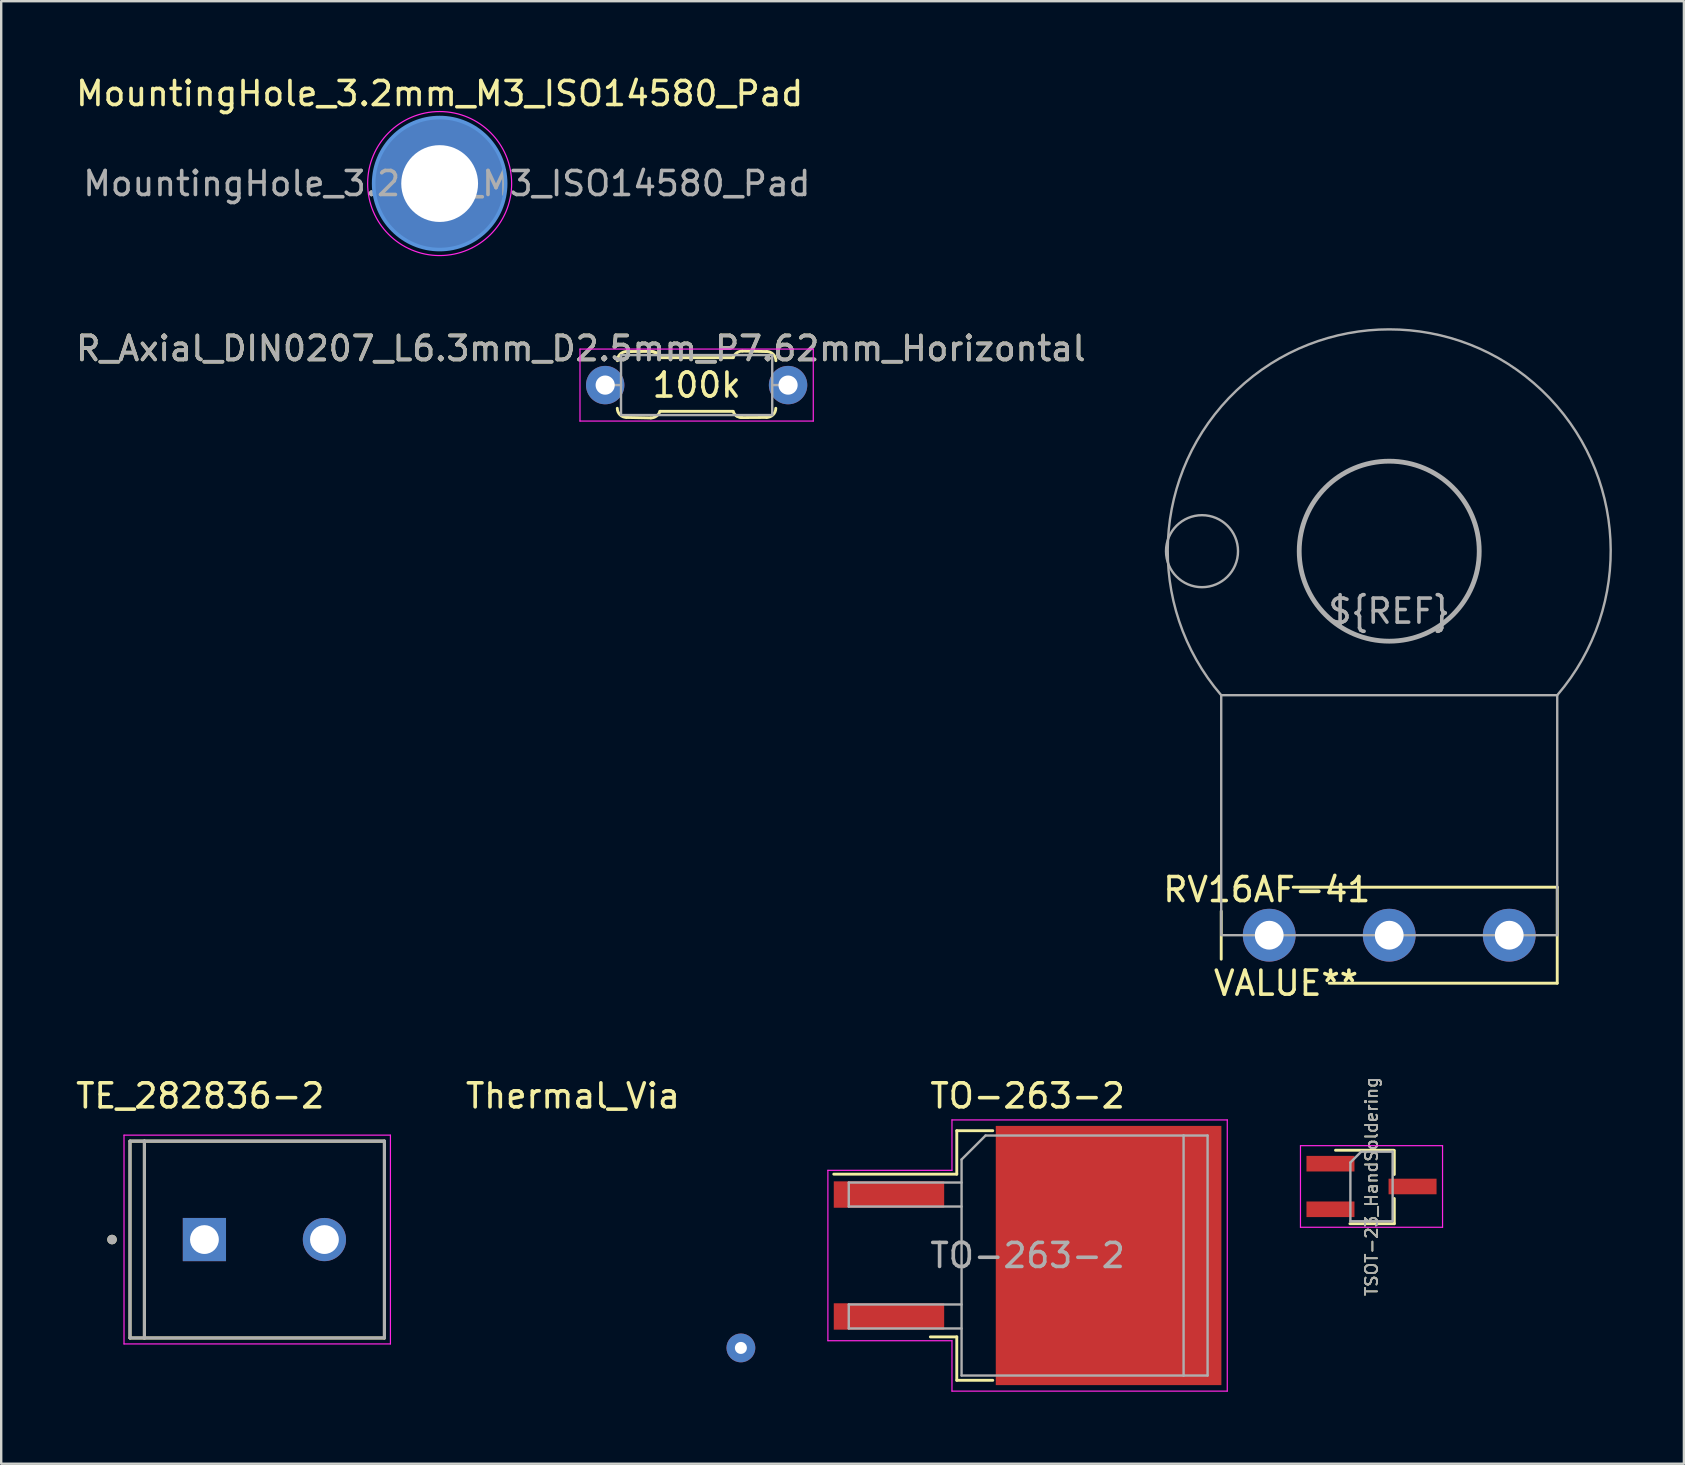
<source format=kicad_pcb>
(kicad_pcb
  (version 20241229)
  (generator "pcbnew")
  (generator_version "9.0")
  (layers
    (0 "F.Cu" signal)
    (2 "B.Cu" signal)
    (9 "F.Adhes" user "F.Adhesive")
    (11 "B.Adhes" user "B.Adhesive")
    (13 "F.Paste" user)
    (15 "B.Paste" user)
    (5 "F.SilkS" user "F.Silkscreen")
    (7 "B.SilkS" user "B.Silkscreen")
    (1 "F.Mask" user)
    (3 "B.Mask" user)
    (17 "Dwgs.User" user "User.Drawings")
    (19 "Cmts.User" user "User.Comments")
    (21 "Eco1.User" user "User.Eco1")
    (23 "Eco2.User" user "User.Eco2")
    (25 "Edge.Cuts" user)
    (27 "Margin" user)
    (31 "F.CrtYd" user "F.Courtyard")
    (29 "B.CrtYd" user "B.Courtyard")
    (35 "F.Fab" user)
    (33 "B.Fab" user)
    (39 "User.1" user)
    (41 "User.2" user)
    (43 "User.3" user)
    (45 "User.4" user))
  (footprint "TSOT-23_HandSoldering"
    (layer "F.Cu")
    (at 54.094 46.385)
    (property "Reference" "TSOT-23_HandSoldering" (at 0 0 90) (layer "F.SilkS") (effects (font (size 0.5 0.5) (thickness 0.075))))
    (attr smd)
    (fp_line (start 0.93 -1.51) (end -1.5 -1.51) (stroke (width 0.12) (type solid)) (layer "F.SilkS"))
    (fp_line (start 0.95 -1.5) (end 0.95 -0.5) (stroke (width 0.12) (type solid)) (layer "F.SilkS"))
    (fp_line (start 0.95 0.5) (end 0.95 1.55) (stroke (width 0.12) (type solid)) (layer "F.SilkS"))
    (fp_line (start 0.95 1.55) (end -0.9 1.55) (stroke (width 0.12) (type solid)) (layer "F.SilkS"))
    (fp_line (start -2.96 -1.7) (end -2.96 1.7) (stroke (width 0.05) (type solid)) (layer "F.CrtYd"))
    (fp_line (start -2.96 -1.7) (end 2.96 -1.7) (stroke (width 0.05) (type solid)) (layer "F.CrtYd"))
    (fp_line (start 2.96 1.7) (end -2.96 1.7) (stroke (width 0.05) (type solid)) (layer "F.CrtYd"))
    (fp_line (start 2.96 1.7) (end 2.96 -1.7) (stroke (width 0.05) (type solid)) (layer "F.CrtYd"))
    (fp_line (start -0.88 -1) (end -0.88 1.45) (stroke (width 0.1) (type solid)) (layer "F.Fab"))
    (fp_line (start -0.88 -1) (end -0.43 -1.45) (stroke (width 0.1) (type solid)) (layer "F.Fab"))
    (fp_line (start 0.88 -1.45) (end -0.43 -1.45) (stroke (width 0.1) (type solid)) (layer "F.Fab"))
    (fp_line (start 0.88 -1.45) (end 0.88 1.45) (stroke (width 0.1) (type solid)) (layer "F.Fab"))
    (fp_line (start 0.88 1.45) (end -0.88 1.45) (stroke (width 0.1) (type solid)) (layer "F.Fab"))
    (fp_text user "${REFERENCE}" (at 0 0 90) (layer "F.Fab") (effects (font (size 0.5 0.5) (thickness 0.075))))
    (pad "1" smd rect (at -1.71 -0.95) (size 2 0.65) (layers "F.Cu" "F.Mask" "F.Paste"))
    (pad "2" smd rect (at -1.71 0.95) (size 2 0.65) (layers "F.Cu" "F.Mask" "F.Paste"))
    (pad "3" smd rect (at 1.71 0) (size 2 0.65) (layers "F.Cu" "F.Mask" "F.Paste")))
  (footprint "MountingHole_3.2mm_M3_ISO14580_Pad"
    (layer "F.Cu")
    (at 15.268 4.598)
    (property "Reference" "MountingHole_3.2mm_M3_ISO14580_Pad" (at 0 -3.75 0) (layer "F.SilkS") (effects (font (size 1 1) (thickness 0.15))))
    (attr exclude_from_pos_files exclude_from_bom)
    (fp_circle (center 0 0) (end 2.75 0) (stroke (width 0.15) (type solid)) (fill no) (layer "Cmts.User"))
    (fp_circle (center 0 0) (end 3 0) (stroke (width 0.05) (type solid)) (fill no) (layer "F.CrtYd"))
    (fp_text user "${REFERENCE}" (at 0.3 0 0) (layer "F.Fab") (effects (font (size 1 1) (thickness 0.15))))
    (pad "1" thru_hole circle (at 0 0) (size 5.5 5.5) (drill 3.2) (layers "*.Cu" "*.Mask")))
  (footprint "TO-263-2"
    (layer "F.Cu")
    (at 39.764 49.261)
    (property "Reference" "TO-263-2" (at 0 -6.65 0) (layer "F.SilkS") (effects (font (size 1 1) (thickness 0.15))))
    (attr smd)
    (fp_line (start -2.95 -5.2) (end -2.95 -3.39) (stroke (width 0.12) (type solid)) (layer "F.SilkS"))
    (fp_line (start -2.95 -3.39) (end -8.075 -3.39) (stroke (width 0.12) (type solid)) (layer "F.SilkS"))
    (fp_line (start -2.95 3.39) (end -4.05 3.39) (stroke (width 0.12) (type solid)) (layer "F.SilkS"))
    (fp_line (start -2.95 5.2) (end -2.95 3.39) (stroke (width 0.12) (type solid)) (layer "F.SilkS"))
    (fp_line (start -1.45 -5.2) (end -2.95 -5.2) (stroke (width 0.12) (type solid)) (layer "F.SilkS"))
    (fp_line (start -1.45 5.2) (end -2.95 5.2) (stroke (width 0.12) (type solid)) (layer "F.SilkS"))
    (fp_line (start -8.32 -3.55) (end -8.32 3.55) (stroke (width 0.05) (type solid)) (layer "F.CrtYd"))
    (fp_line (start -3.15 -3.55) (end -8.32 -3.55) (stroke (width 0.05) (type solid)) (layer "F.CrtYd"))
    (fp_line (start -3.15 -3.55) (end -3.15 -5.65) (stroke (width 0.05) (type solid)) (layer "F.CrtYd"))
    (fp_line (start -3.15 3.55) (end -8.32 3.55) (stroke (width 0.05) (type solid)) (layer "F.CrtYd"))
    (fp_line (start -3.15 5.65) (end -3.15 3.55) (stroke (width 0.05) (type solid)) (layer "F.CrtYd"))
    (fp_line (start -3.15 5.65) (end 8.32 5.65) (stroke (width 0.05) (type solid)) (layer "F.CrtYd"))
    (fp_line (start 8.32 -5.65) (end -3.15 -5.65) (stroke (width 0.05) (type solid)) (layer "F.CrtYd"))
    (fp_line (start 8.32 5.65) (end 8.32 -5.65) (stroke (width 0.05) (type solid)) (layer "F.CrtYd"))
    (fp_line (start -7.45 -3.04) (end -7.45 -2.04) (stroke (width 0.1) (type solid)) (layer "F.Fab"))
    (fp_line (start -7.45 -2.04) (end -2.75 -2.04) (stroke (width 0.1) (type solid)) (layer "F.Fab"))
    (fp_line (start -7.45 2.04) (end -7.45 3.04) (stroke (width 0.1) (type solid)) (layer "F.Fab"))
    (fp_line (start -7.45 3.04) (end -2.75 3.04) (stroke (width 0.1) (type solid)) (layer "F.Fab"))
    (fp_line (start -2.75 -4) (end -1.75 -5) (stroke (width 0.1) (type solid)) (layer "F.Fab"))
    (fp_line (start -2.75 -3.04) (end -7.45 -3.04) (stroke (width 0.1) (type solid)) (layer "F.Fab"))
    (fp_line (start -2.75 2.04) (end -7.45 2.04) (stroke (width 0.1) (type solid)) (layer "F.Fab"))
    (fp_line (start -2.75 5) (end -2.75 -4) (stroke (width 0.1) (type solid)) (layer "F.Fab"))
    (fp_line (start -1.75 -5) (end 6.5 -5) (stroke (width 0.1) (type solid)) (layer "F.Fab"))
    (fp_line (start 6.5 -5) (end 6.5 5) (stroke (width 0.1) (type solid)) (layer "F.Fab"))
    (fp_line (start 6.5 -5) (end 7.5 -5) (stroke (width 0.1) (type solid)) (layer "F.Fab"))
    (fp_line (start 6.5 5) (end -2.75 5) (stroke (width 0.1) (type solid)) (layer "F.Fab"))
    (fp_line (start 7.5 -5) (end 7.5 5) (stroke (width 0.1) (type solid)) (layer "F.Fab"))
    (fp_line (start 7.5 5) (end 6.5 5) (stroke (width 0.1) (type solid)) (layer "F.Fab"))
    (fp_text user "${REFERENCE}" (at 0 0 0) (layer "F.Fab") (effects (font (size 1 1) (thickness 0.15))))
    (pad "" smd rect (at 0.95 -2.775) (size 4.55 5.25) (layers "F.Paste"))
    (pad "" smd rect (at 0.95 2.775) (size 4.55 5.25) (layers "F.Paste"))
    (pad "" smd rect (at 5.8 -2.775) (size 4.55 5.25) (layers "F.Paste"))
    (pad "" smd rect (at 5.8 2.775) (size 4.55 5.25) (layers "F.Paste"))
    (pad "1" smd rect (at -5.775 -2.54) (size 4.6 1.1) (layers "F.Cu" "F.Mask" "F.Paste"))
    (pad "2" smd rect (at 3.375 0) (size 9.4 10.8) (layers "F.Cu" "F.Mask"))
    (pad "3" smd rect (at -5.775 2.54) (size 4.6 1.1) (layers "F.Cu" "F.Mask" "F.Paste")))
  (footprint "R_Axial_DIN0207_L6.3mm_D2.5mm_P7.62mm_Horizontal"
    (layer "F.Cu")
    (at 22.165 12.995)
    (property "Reference" "R_Axial_DIN0207_L6.3mm_D2.5mm_P7.62mm_Horizontal" (at -1.016 -1.524 0) (layer "F.SilkS") (effects (font (size 1 1) (thickness 0.15))))
    (property "Value" "100k" (at 3.81 0 0) (layer "F.Fab") (hide yes) (effects (font (size 1 1) (thickness 0.15))))
    (attr through_hole)
    (fp_line (start 0.885 1.347) (end 1.901 1.368) (stroke (width 0.12) (type solid)) (layer "F.SilkS"))
    (fp_line (start 0.889 -1.397) (end 1.925 -1.404) (stroke (width 0.12) (type solid)) (layer "F.SilkS"))
    (fp_line (start 1.925 -1.404) (end 2.147 -1.332) (stroke (width 0.12) (type solid)) (layer "F.SilkS"))
    (fp_line (start 2.286 -1.143) (end 5.334 -1.143) (stroke (width 0.12) (type solid)) (layer "F.SilkS"))
    (fp_line (start 5.33 1.093) (end 2.282 1.093) (stroke (width 0.12) (type solid)) (layer "F.SilkS"))
    (fp_line (start 5.692 1.353) (end 5.469 1.282) (stroke (width 0.12) (type solid)) (layer "F.SilkS"))
    (fp_line (start 6.727 1.347) (end 5.692 1.353) (stroke (width 0.12) (type solid)) (layer "F.SilkS"))
    (fp_line (start 6.731 -1.397) (end 5.715 -1.418) (stroke (width 0.12) (type solid)) (layer "F.SilkS"))
    (fp_arc (start 0.508 -1.016) (mid 0.619592 -1.285408) (end 0.889 -1.397) (stroke (width 0.12) (type solid)) (layer "F.SilkS"))
    (fp_arc (start 0.88506 1.346949) (mid 0.615652 1.235357) (end 0.50406 0.965949) (stroke (width 0.12) (type solid)) (layer "F.SilkS"))
    (fp_arc (start 1.924552 -1.403517) (mid 2.147326 -1.3316) (end 2.286 -1.143) (stroke (width 0.12) (type solid)) (layer "F.SilkS"))
    (fp_arc (start 2.28206 1.092949) (mid 2.135908 1.291783) (end 1.90106 1.367558) (stroke (width 0.12) (type solid)) (layer "F.SilkS"))
    (fp_arc (start 5.334 -1.143) (mid 5.480152 -1.341834) (end 5.715 -1.417609) (stroke (width 0.12) (type solid)) (layer "F.SilkS"))
    (fp_arc (start 5.691508 1.353466) (mid 5.468734 1.281549) (end 5.33006 1.092949) (stroke (width 0.12) (type solid)) (layer "F.SilkS"))
    (fp_arc (start 6.731 -1.397) (mid 7.000408 -1.285408) (end 7.112 -1.016) (stroke (width 0.12) (type solid)) (layer "F.SilkS"))
    (fp_arc (start 7.10806 0.965949) (mid 6.996468 1.235357) (end 6.72706 1.346949) (stroke (width 0.12) (type solid)) (layer "F.SilkS"))
    (fp_line (start -1.05 -1.5) (end -1.05 1.5) (stroke (width 0.05) (type solid)) (layer "F.CrtYd"))
    (fp_line (start -1.05 1.5) (end 8.67 1.5) (stroke (width 0.05) (type solid)) (layer "F.CrtYd"))
    (fp_line (start 8.67 -1.5) (end -1.05 -1.5) (stroke (width 0.05) (type solid)) (layer "F.CrtYd"))
    (fp_line (start 8.67 1.5) (end 8.67 -1.5) (stroke (width 0.05) (type solid)) (layer "F.CrtYd"))
    (fp_line (start 0 0) (end 0.66 0) (stroke (width 0.1) (type solid)) (layer "F.Fab"))
    (fp_line (start 0.66 -1.25) (end 0.66 1.25) (stroke (width 0.1) (type solid)) (layer "F.Fab"))
    (fp_line (start 0.66 1.25) (end 6.96 1.25) (stroke (width 0.1) (type solid)) (layer "F.Fab"))
    (fp_line (start 6.96 -1.25) (end 0.66 -1.25) (stroke (width 0.1) (type solid)) (layer "F.Fab"))
    (fp_line (start 6.96 1.25) (end 6.96 -1.25) (stroke (width 0.1) (type solid)) (layer "F.Fab"))
    (fp_line (start 7.62 0) (end 6.96 0) (stroke (width 0.1) (type solid)) (layer "F.Fab"))
    (fp_text user "${VALUE}" (at 3.81 0 0) (unlocked yes) (layer "F.SilkS") (effects (font (size 1 1) (thickness 0.15))))
    (fp_text user "${REFERENCE}" (at -1.016 -1.524 0) (layer "F.Fab") (effects (font (size 1 1) (thickness 0.15))))
    (pad "1" thru_hole circle (at 0 0) (size 1.6 1.6) (drill 0.8) (layers "*.Cu" "*.Mask"))
    (pad "2" thru_hole oval (at 7.62 0) (size 1.6 1.6) (drill 0.8) (layers "*.Cu" "*.Mask")))
  (footprint "RV16AF-41"
    (layer "F.Cu")
    (at 54.832 19.915)
    (property "Reference" "RV16AF-41" (at -5.1 14.1 0) (unlocked yes) (layer "F.SilkS") (effects (font (size 1 1) (thickness 0.15))))
    (attr smd)
    (fp_line (start -7 15) (end -7 17) (stroke (width 0.12) (type solid)) (layer "F.SilkS"))
    (fp_line (start -2.5 18) (end 7 18) (stroke (width 0.12) (type solid)) (layer "F.SilkS"))
    (fp_line (start 7 14) (end -4 14) (stroke (width 0.12) (type solid)) (layer "F.SilkS"))
    (fp_line (start 7 18) (end 7 14) (stroke (width 0.12) (type solid)) (layer "F.SilkS"))
    (fp_rect (start -7 16) (end 7 6) (stroke (width 0.1) (type solid)) (fill no) (layer "F.Fab"))
    (fp_arc (start -7 6) (mid 0 -9.241732) (end 7 6) (stroke (width 0.1) (type solid)) (layer "F.Fab"))
    (fp_circle (center -7.8 0) (end -6.3 0) (stroke (width 0.1) (type solid)) (fill no) (layer "F.Fab"))
    (fp_circle (center 0 0) (end 3.75 0) (stroke (width 0.2) (type solid)) (fill no) (layer "F.Fab"))
    (fp_text user "VALUE**" (at -4.3 18 0) (unlocked yes) (layer "F.SilkS") (effects (font (size 1 1) (thickness 0.15))))
    (fp_text user "${REF}" (at 0 2.5 0) (unlocked yes) (layer "F.Fab") (effects (font (size 1 1) (thickness 0.15))))
    (pad "1" thru_hole circle (at -5 16) (size 2.2 2.2) (drill 1.2) (layers "*.Cu" "*.Mask"))
    (pad "2" thru_hole circle (at 0 16) (size 2.2 2.2) (drill 1.2) (layers "*.Cu" "*.Mask"))
    (pad "3" thru_hole circle (at 5 16) (size 2.2 2.2) (drill 1.2) (layers "*.Cu" "*.Mask")))
  (footprint "TE_282836-2"
    (layer "F.Cu")
    (at 7.967 48.596)
    (property "Reference" "TE_282836-2" (at -2.675 -5.985 0) (layer "F.SilkS") (effects (font (size 1 1) (thickness 0.15))))
    (attr through_hole)
    (fp_line (start -5.6 -4.1) (end -5 -4.1) (stroke (width 0.127) (type solid)) (layer "F.SilkS"))
    (fp_line (start -5.6 4.1) (end -5.6 -4.1) (stroke (width 0.127) (type solid)) (layer "F.SilkS"))
    (fp_line (start -5.6 4.1) (end -5 4.1) (stroke (width 0.127) (type solid)) (layer "F.SilkS"))
    (fp_line (start -5 -4.1) (end 5 -4.1) (stroke (width 0.127) (type solid)) (layer "F.SilkS"))
    (fp_line (start -5 4.1) (end -5 -4.1) (stroke (width 0.127) (type solid)) (layer "F.SilkS"))
    (fp_line (start 5 -4.1) (end 5 4.1) (stroke (width 0.127) (type solid)) (layer "F.SilkS"))
    (fp_line (start 5 4.1) (end -5 4.1) (stroke (width 0.127) (type solid)) (layer "F.SilkS"))
    (fp_circle (center -6.35 0) (end -6.25 0) (stroke (width 0.2) (type solid)) (fill no) (layer "F.SilkS"))
    (fp_line (start -5.85 -4.35) (end -5.85 4.35) (stroke (width 0.05) (type solid)) (layer "F.CrtYd"))
    (fp_line (start -5.85 4.35) (end 5.25 4.35) (stroke (width 0.05) (type solid)) (layer "F.CrtYd"))
    (fp_line (start 5.25 -4.35) (end -5.85 -4.35) (stroke (width 0.05) (type solid)) (layer "F.CrtYd"))
    (fp_line (start 5.25 4.35) (end 5.25 -4.35) (stroke (width 0.05) (type solid)) (layer "F.CrtYd"))
    (fp_line (start -5.6 -4.1) (end -5 -4.1) (stroke (width 0.127) (type solid)) (layer "F.Fab"))
    (fp_line (start -5.6 4.1) (end -5.6 -4.1) (stroke (width 0.127) (type solid)) (layer "F.Fab"))
    (fp_line (start -5.6 4.1) (end -5 4.1) (stroke (width 0.127) (type solid)) (layer "F.Fab"))
    (fp_line (start -5 -4.1) (end 5 -4.1) (stroke (width 0.127) (type solid)) (layer "F.Fab"))
    (fp_line (start -5 4.1) (end -5 -4.1) (stroke (width 0.127) (type solid)) (layer "F.Fab"))
    (fp_line (start 5 -4.1) (end 5 4.1) (stroke (width 0.127) (type solid)) (layer "F.Fab"))
    (fp_line (start 5 4.1) (end -5 4.1) (stroke (width 0.127) (type solid)) (layer "F.Fab"))
    (fp_circle (center -6.35 0) (end -6.25 0) (stroke (width 0.2) (type solid)) (fill no) (layer "F.Fab"))
    (pad "1" thru_hole rect (at -2.5 0) (size 1.8 1.8) (drill 1.2) (layers "*.Cu" "*.Mask"))
    (pad "2" thru_hole circle (at 2.5 0) (size 1.8 1.8) (drill 1.2) (layers "*.Cu" "*.Mask")))
  (footprint "Thermal_Via"
    (layer "F.Cu")
    (at 27.819 53.111)
    (property "Reference" "Thermal_Via" (at -7 -10.5 0) (layer "F.SilkS") (effects (font (size 1 1) (thickness 0.15))))
    (attr through_hole)
    (pad "~" thru_hole circle (at 0 0 180) (size 1.2 1.2) (drill 0.5) (layers "*.Cu" "*.Mask")))
  (gr_rect
    (start -3 -3)
    (end 67.11 57.936)
    (stroke (width 0.1) (type default))
    (fill no)
    (layer "Edge.Cuts")))
</source>
